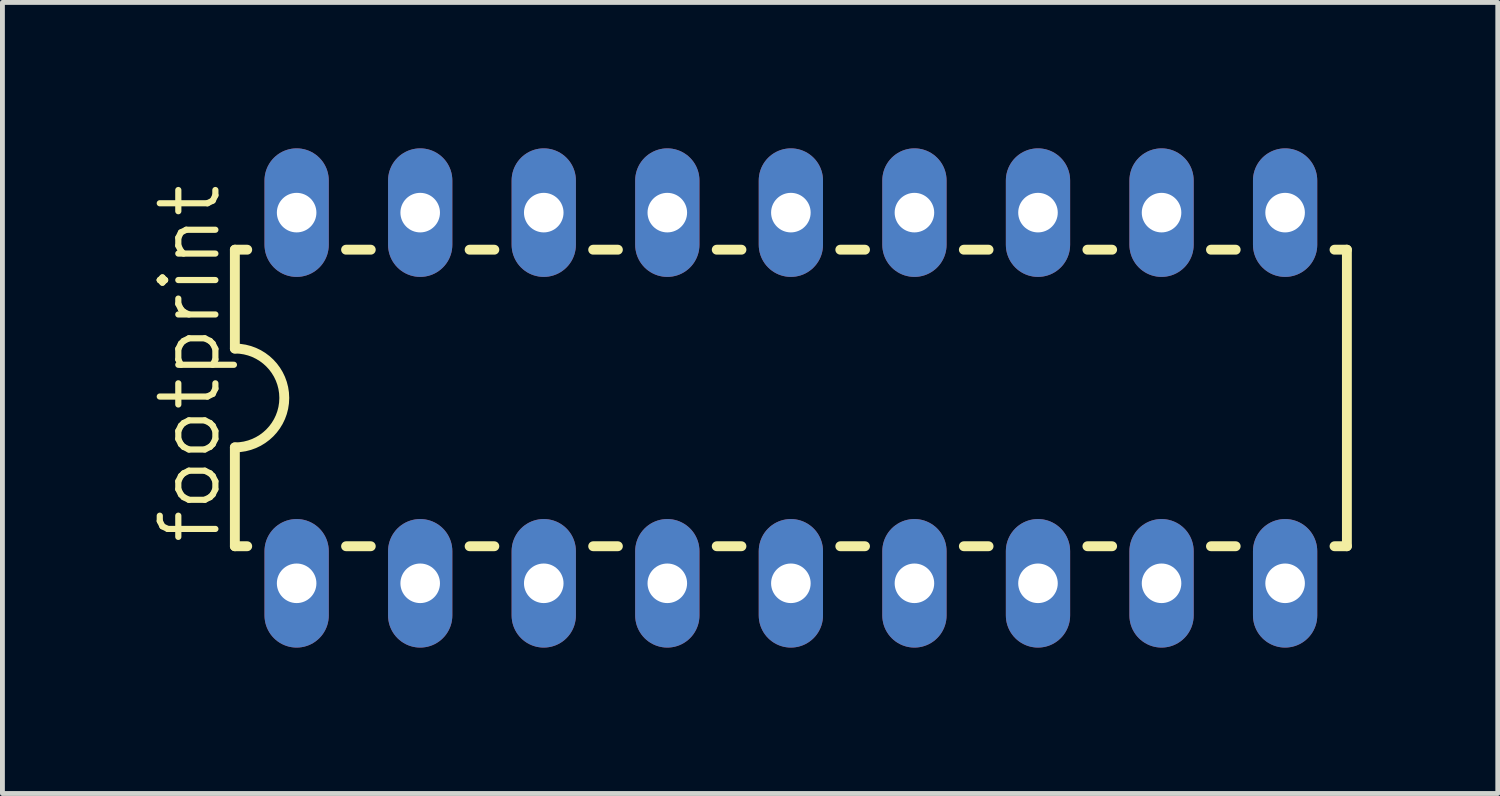
<source format=kicad_pcb>
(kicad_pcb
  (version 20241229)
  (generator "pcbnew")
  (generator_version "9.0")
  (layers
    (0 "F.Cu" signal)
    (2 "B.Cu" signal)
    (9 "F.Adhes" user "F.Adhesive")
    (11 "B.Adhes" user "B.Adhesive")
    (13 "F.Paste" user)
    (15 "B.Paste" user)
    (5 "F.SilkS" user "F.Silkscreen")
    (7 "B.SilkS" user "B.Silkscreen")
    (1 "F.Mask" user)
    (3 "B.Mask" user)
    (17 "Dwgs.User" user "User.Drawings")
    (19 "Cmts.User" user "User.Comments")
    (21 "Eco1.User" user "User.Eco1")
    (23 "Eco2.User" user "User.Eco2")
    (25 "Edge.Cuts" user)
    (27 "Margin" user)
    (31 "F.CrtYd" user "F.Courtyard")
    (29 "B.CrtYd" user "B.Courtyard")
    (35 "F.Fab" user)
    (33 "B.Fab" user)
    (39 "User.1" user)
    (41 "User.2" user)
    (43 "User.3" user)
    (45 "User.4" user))
  (footprint "footprint"
    (layer "F.Cu")
    (at 13.208 5.131)
    (property "Reference" "footprint" (at -11.684 3.048 90) (layer "F.SilkS") (effects (font (size 1.143 1.143) (thickness 0.127)) (justify left bottom)))
    (fp_line (start -11.43 -3.048) (end -11.43 -1.016) (stroke (width 0.203) (type solid)) (layer "F.SilkS"))
    (fp_line (start -11.43 -3.048) (end -11.176 -3.048) (stroke (width 0.203) (type solid)) (layer "F.SilkS"))
    (fp_line (start -11.43 3.048) (end -11.43 1.016) (stroke (width 0.203) (type solid)) (layer "F.SilkS"))
    (fp_line (start -11.43 3.048) (end -11.176 3.048) (stroke (width 0.203) (type solid)) (layer "F.SilkS"))
    (fp_line (start -9.144 -3.048) (end -8.636 -3.048) (stroke (width 0.203) (type solid)) (layer "F.SilkS"))
    (fp_line (start -9.144 3.048) (end -8.636 3.048) (stroke (width 0.203) (type solid)) (layer "F.SilkS"))
    (fp_line (start -6.604 -3.048) (end -6.096 -3.048) (stroke (width 0.203) (type solid)) (layer "F.SilkS"))
    (fp_line (start -6.604 3.048) (end -6.096 3.048) (stroke (width 0.203) (type solid)) (layer "F.SilkS"))
    (fp_line (start -4.064 -3.048) (end -3.556 -3.048) (stroke (width 0.203) (type solid)) (layer "F.SilkS"))
    (fp_line (start -4.064 3.048) (end -3.556 3.048) (stroke (width 0.203) (type solid)) (layer "F.SilkS"))
    (fp_line (start -1.524 -3.048) (end -1.016 -3.048) (stroke (width 0.203) (type solid)) (layer "F.SilkS"))
    (fp_line (start -1.524 3.048) (end -1.016 3.048) (stroke (width 0.203) (type solid)) (layer "F.SilkS"))
    (fp_line (start 1.016 -3.048) (end 1.524 -3.048) (stroke (width 0.203) (type solid)) (layer "F.SilkS"))
    (fp_line (start 1.016 3.048) (end 1.524 3.048) (stroke (width 0.203) (type solid)) (layer "F.SilkS"))
    (fp_line (start 3.556 -3.048) (end 4.064 -3.048) (stroke (width 0.203) (type solid)) (layer "F.SilkS"))
    (fp_line (start 3.556 3.048) (end 4.064 3.048) (stroke (width 0.203) (type solid)) (layer "F.SilkS"))
    (fp_line (start 6.096 -3.048) (end 6.604 -3.048) (stroke (width 0.203) (type solid)) (layer "F.SilkS"))
    (fp_line (start 6.096 3.048) (end 6.604 3.048) (stroke (width 0.203) (type solid)) (layer "F.SilkS"))
    (fp_line (start 8.636 -3.048) (end 9.144 -3.048) (stroke (width 0.203) (type solid)) (layer "F.SilkS"))
    (fp_line (start 8.636 3.048) (end 9.144 3.048) (stroke (width 0.203) (type solid)) (layer "F.SilkS"))
    (fp_line (start 11.43 -3.048) (end 11.176 -3.048) (stroke (width 0.203) (type solid)) (layer "F.SilkS"))
    (fp_line (start 11.43 -3.048) (end 11.43 3.048) (stroke (width 0.203) (type solid)) (layer "F.SilkS"))
    (fp_line (start 11.43 3.048) (end 11.176 3.048) (stroke (width 0.203) (type solid)) (layer "F.SilkS"))
    (fp_arc (start -11.43 -1.016) (mid -10.414 0) (end -11.43 1.016) (stroke (width 0.2032) (type solid)) (layer "F.SilkS"))
    (pad "1" thru_hole oval (at -10.16 3.81 90) (size 2.642 1.321) (drill 0.813) (layers "*.Cu" "*.Mask"))
    (pad "2" thru_hole oval (at -7.62 3.81 90) (size 2.642 1.321) (drill 0.813) (layers "*.Cu" "*.Mask"))
    (pad "3" thru_hole oval (at -5.08 3.81 90) (size 2.642 1.321) (drill 0.813) (layers "*.Cu" "*.Mask"))
    (pad "4" thru_hole oval (at -2.54 3.81 90) (size 2.642 1.321) (drill 0.813) (layers "*.Cu" "*.Mask"))
    (pad "5" thru_hole oval (at 0 3.81 90) (size 2.642 1.321) (drill 0.813) (layers "*.Cu" "*.Mask"))
    (pad "6" thru_hole oval (at 2.54 3.81 90) (size 2.642 1.321) (drill 0.813) (layers "*.Cu" "*.Mask"))
    (pad "7" thru_hole oval (at 5.08 3.81 90) (size 2.642 1.321) (drill 0.813) (layers "*.Cu" "*.Mask"))
    (pad "8" thru_hole oval (at 7.62 3.81 90) (size 2.642 1.321) (drill 0.813) (layers "*.Cu" "*.Mask"))
    (pad "9" thru_hole oval (at 10.16 3.81 90) (size 2.642 1.321) (drill 0.813) (layers "*.Cu" "*.Mask"))
    (pad "10" thru_hole oval (at 10.16 -3.81 90) (size 2.642 1.321) (drill 0.813) (layers "*.Cu" "*.Mask"))
    (pad "11" thru_hole oval (at 7.62 -3.81 90) (size 2.642 1.321) (drill 0.813) (layers "*.Cu" "*.Mask"))
    (pad "12" thru_hole oval (at 5.08 -3.81 90) (size 2.642 1.321) (drill 0.813) (layers "*.Cu" "*.Mask"))
    (pad "13" thru_hole oval (at 2.54 -3.81 90) (size 2.642 1.321) (drill 0.813) (layers "*.Cu" "*.Mask"))
    (pad "14" thru_hole oval (at 0 -3.81 90) (size 2.642 1.321) (drill 0.813) (layers "*.Cu" "*.Mask"))
    (pad "15" thru_hole oval (at -2.54 -3.81 90) (size 2.642 1.321) (drill 0.813) (layers "*.Cu" "*.Mask"))
    (pad "16" thru_hole oval (at -5.08 -3.81 90) (size 2.642 1.321) (drill 0.813) (layers "*.Cu" "*.Mask"))
    (pad "17" thru_hole oval (at -7.62 -3.81 90) (size 2.642 1.321) (drill 0.813) (layers "*.Cu" "*.Mask"))
    (pad "18" thru_hole oval (at -10.16 -3.81 90) (size 2.642 1.321) (drill 0.813) (layers "*.Cu" "*.Mask")))
  (gr_rect
    (start -3 -3)
    (end 27.74 13.262)
    (stroke (width 0.1) (type default))
    (fill no)
    (layer "Edge.Cuts")))
</source>
